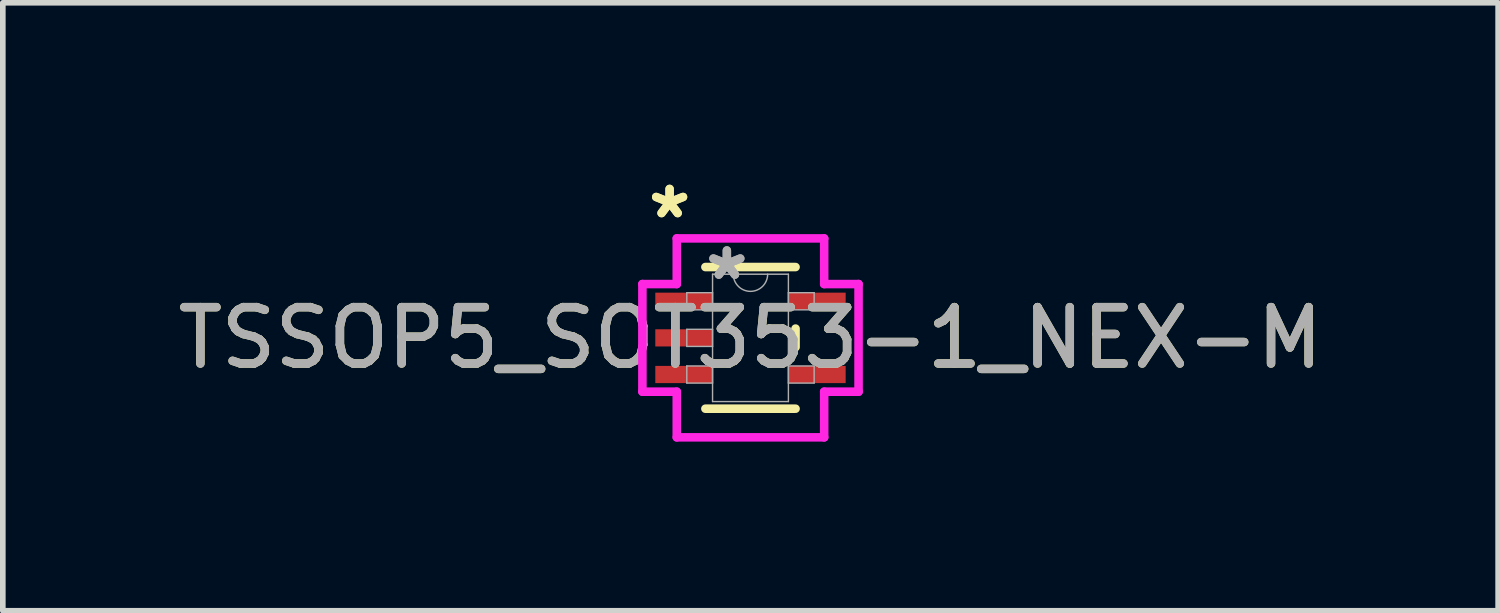
<source format=kicad_pcb>
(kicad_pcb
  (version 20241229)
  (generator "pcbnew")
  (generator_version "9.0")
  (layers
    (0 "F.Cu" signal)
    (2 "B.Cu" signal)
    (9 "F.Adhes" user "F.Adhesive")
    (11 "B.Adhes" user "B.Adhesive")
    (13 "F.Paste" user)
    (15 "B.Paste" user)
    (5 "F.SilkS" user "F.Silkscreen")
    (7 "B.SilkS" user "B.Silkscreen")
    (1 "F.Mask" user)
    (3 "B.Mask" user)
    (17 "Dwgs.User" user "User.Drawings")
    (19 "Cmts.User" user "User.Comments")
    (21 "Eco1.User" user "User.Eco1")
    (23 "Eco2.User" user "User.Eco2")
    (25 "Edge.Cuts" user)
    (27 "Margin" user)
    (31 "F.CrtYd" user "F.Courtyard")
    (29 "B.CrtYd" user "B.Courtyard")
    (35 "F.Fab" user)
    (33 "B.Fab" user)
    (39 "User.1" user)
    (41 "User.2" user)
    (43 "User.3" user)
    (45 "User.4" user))
  (footprint "TSSOP5_SOT353-1_NEX-M"
    (layer "F.Cu")
    (at 10.268 2.946)
    (property "Reference" "TSSOP5_SOT353-1_NEX-M" (at 0 0 0) (unlocked yes) (layer "F.SilkS") (effects (font (size 1 1) (thickness 0.15))))
    (attr smd)
    (fp_line (start -0.8 1.257) (end 0.8 1.257) (stroke (width 0.152) (type solid)) (layer "F.SilkS"))
    (fp_line (start 0.8 -1.257) (end -0.8 -1.257) (stroke (width 0.152) (type solid)) (layer "F.SilkS"))
    (fp_line (start 0.8 0.165) (end 0.8 -0.165) (stroke (width 0.152) (type solid)) (layer "F.SilkS"))
    (fp_line (start -1.918 -0.955) (end -1.308 -0.955) (stroke (width 0.152) (type solid)) (layer "F.CrtYd"))
    (fp_line (start -1.918 0.955) (end -1.918 -0.955) (stroke (width 0.152) (type solid)) (layer "F.CrtYd"))
    (fp_line (start -1.308 -1.765) (end 1.308 -1.765) (stroke (width 0.152) (type solid)) (layer "F.CrtYd"))
    (fp_line (start -1.308 -0.955) (end -1.308 -1.765) (stroke (width 0.152) (type solid)) (layer "F.CrtYd"))
    (fp_line (start -1.308 0.955) (end -1.918 0.955) (stroke (width 0.152) (type solid)) (layer "F.CrtYd"))
    (fp_line (start -1.308 1.765) (end -1.308 0.955) (stroke (width 0.152) (type solid)) (layer "F.CrtYd"))
    (fp_line (start 1.308 -1.765) (end 1.308 -0.955) (stroke (width 0.152) (type solid)) (layer "F.CrtYd"))
    (fp_line (start 1.308 -0.955) (end 1.918 -0.955) (stroke (width 0.152) (type solid)) (layer "F.CrtYd"))
    (fp_line (start 1.308 0.955) (end 1.308 1.765) (stroke (width 0.152) (type solid)) (layer "F.CrtYd"))
    (fp_line (start 1.308 1.765) (end -1.308 1.765) (stroke (width 0.152) (type solid)) (layer "F.CrtYd"))
    (fp_line (start 1.918 -0.955) (end 1.918 0.955) (stroke (width 0.152) (type solid)) (layer "F.CrtYd"))
    (fp_line (start 1.918 0.955) (end 1.308 0.955) (stroke (width 0.152) (type solid)) (layer "F.CrtYd"))
    (fp_line (start -1.13 -0.802) (end -1.13 -0.498) (stroke (width 0.025) (type solid)) (layer "F.Fab"))
    (fp_line (start -1.13 -0.498) (end -0.673 -0.498) (stroke (width 0.025) (type solid)) (layer "F.Fab"))
    (fp_line (start -1.13 -0.152) (end -1.13 0.152) (stroke (width 0.025) (type solid)) (layer "F.Fab"))
    (fp_line (start -1.13 0.152) (end -0.673 0.152) (stroke (width 0.025) (type solid)) (layer "F.Fab"))
    (fp_line (start -1.13 0.498) (end -1.13 0.802) (stroke (width 0.025) (type solid)) (layer "F.Fab"))
    (fp_line (start -1.13 0.802) (end -0.673 0.802) (stroke (width 0.025) (type solid)) (layer "F.Fab"))
    (fp_line (start -0.673 -1.13) (end -0.673 1.13) (stroke (width 0.025) (type solid)) (layer "F.Fab"))
    (fp_line (start -0.673 -0.802) (end -1.13 -0.802) (stroke (width 0.025) (type solid)) (layer "F.Fab"))
    (fp_line (start -0.673 -0.498) (end -0.673 -0.802) (stroke (width 0.025) (type solid)) (layer "F.Fab"))
    (fp_line (start -0.673 -0.152) (end -1.13 -0.152) (stroke (width 0.025) (type solid)) (layer "F.Fab"))
    (fp_line (start -0.673 0.152) (end -0.673 -0.152) (stroke (width 0.025) (type solid)) (layer "F.Fab"))
    (fp_line (start -0.673 0.498) (end -1.13 0.498) (stroke (width 0.025) (type solid)) (layer "F.Fab"))
    (fp_line (start -0.673 0.802) (end -0.673 0.498) (stroke (width 0.025) (type solid)) (layer "F.Fab"))
    (fp_line (start -0.673 1.13) (end 0.673 1.13) (stroke (width 0.025) (type solid)) (layer "F.Fab"))
    (fp_line (start 0.673 -1.13) (end -0.673 -1.13) (stroke (width 0.025) (type solid)) (layer "F.Fab"))
    (fp_line (start 0.673 -0.802) (end 0.673 -0.498) (stroke (width 0.025) (type solid)) (layer "F.Fab"))
    (fp_line (start 0.673 -0.498) (end 1.13 -0.498) (stroke (width 0.025) (type solid)) (layer "F.Fab"))
    (fp_line (start 0.673 0.498) (end 0.673 0.802) (stroke (width 0.025) (type solid)) (layer "F.Fab"))
    (fp_line (start 0.673 0.802) (end 1.13 0.802) (stroke (width 0.025) (type solid)) (layer "F.Fab"))
    (fp_line (start 0.673 1.13) (end 0.673 -1.13) (stroke (width 0.025) (type solid)) (layer "F.Fab"))
    (fp_line (start 1.13 -0.802) (end 0.673 -0.802) (stroke (width 0.025) (type solid)) (layer "F.Fab"))
    (fp_line (start 1.13 -0.498) (end 1.13 -0.802) (stroke (width 0.025) (type solid)) (layer "F.Fab"))
    (fp_line (start 1.13 0.498) (end 0.673 0.498) (stroke (width 0.025) (type solid)) (layer "F.Fab"))
    (fp_line (start 1.13 0.802) (end 1.13 0.498) (stroke (width 0.025) (type solid)) (layer "F.Fab"))
    (fp_arc (start 0.3048 -1.1303) (mid 0 -0.8255) (end -0.3048 -1.1303) (stroke (width 0.0254) (type solid)) (layer "F.Fab"))
    (fp_text user "*" (at -1.435 -2.098 0) (layer "F.SilkS") (effects (font (size 1 1) (thickness 0.15))))
    (fp_text user "*" (at -1.435 -2.098 0) (unlocked yes) (layer "F.SilkS") (effects (font (size 1 1) (thickness 0.15))))
    (fp_text user "*" (at -0.419 -1.006 0) (layer "F.Fab") (effects (font (size 1 1) (thickness 0.15))))
    (fp_text user "${REFERENCE}" (at 0 0 0) (unlocked yes) (layer "F.Fab") (effects (font (size 1 1) (thickness 0.15))))
    (fp_text user "*" (at -0.419 -1.006 0) (unlocked yes) (layer "F.Fab") (effects (font (size 1 1) (thickness 0.15))))
    (pad "1" smd rect (at -1.181 -0.65) (size 1.016 0.305) (layers "F.Cu" "F.Mask" "F.Paste"))
    (pad "2" smd rect (at -1.181 0) (size 1.016 0.305) (layers "F.Cu" "F.Mask" "F.Paste"))
    (pad "3" smd rect (at -1.181 0.65) (size 1.016 0.305) (layers "F.Cu" "F.Mask" "F.Paste"))
    (pad "4" smd rect (at 1.181 0.65) (size 1.016 0.305) (layers "F.Cu" "F.Mask" "F.Paste"))
    (pad "5" smd rect (at 1.181 -0.65) (size 1.016 0.305) (layers "F.Cu" "F.Mask" "F.Paste")))
  (gr_rect
    (start -3 -3)
    (end 23.536 7.788)
    (stroke (width 0.1) (type default))
    (fill no)
    (layer "Edge.Cuts")))
</source>
